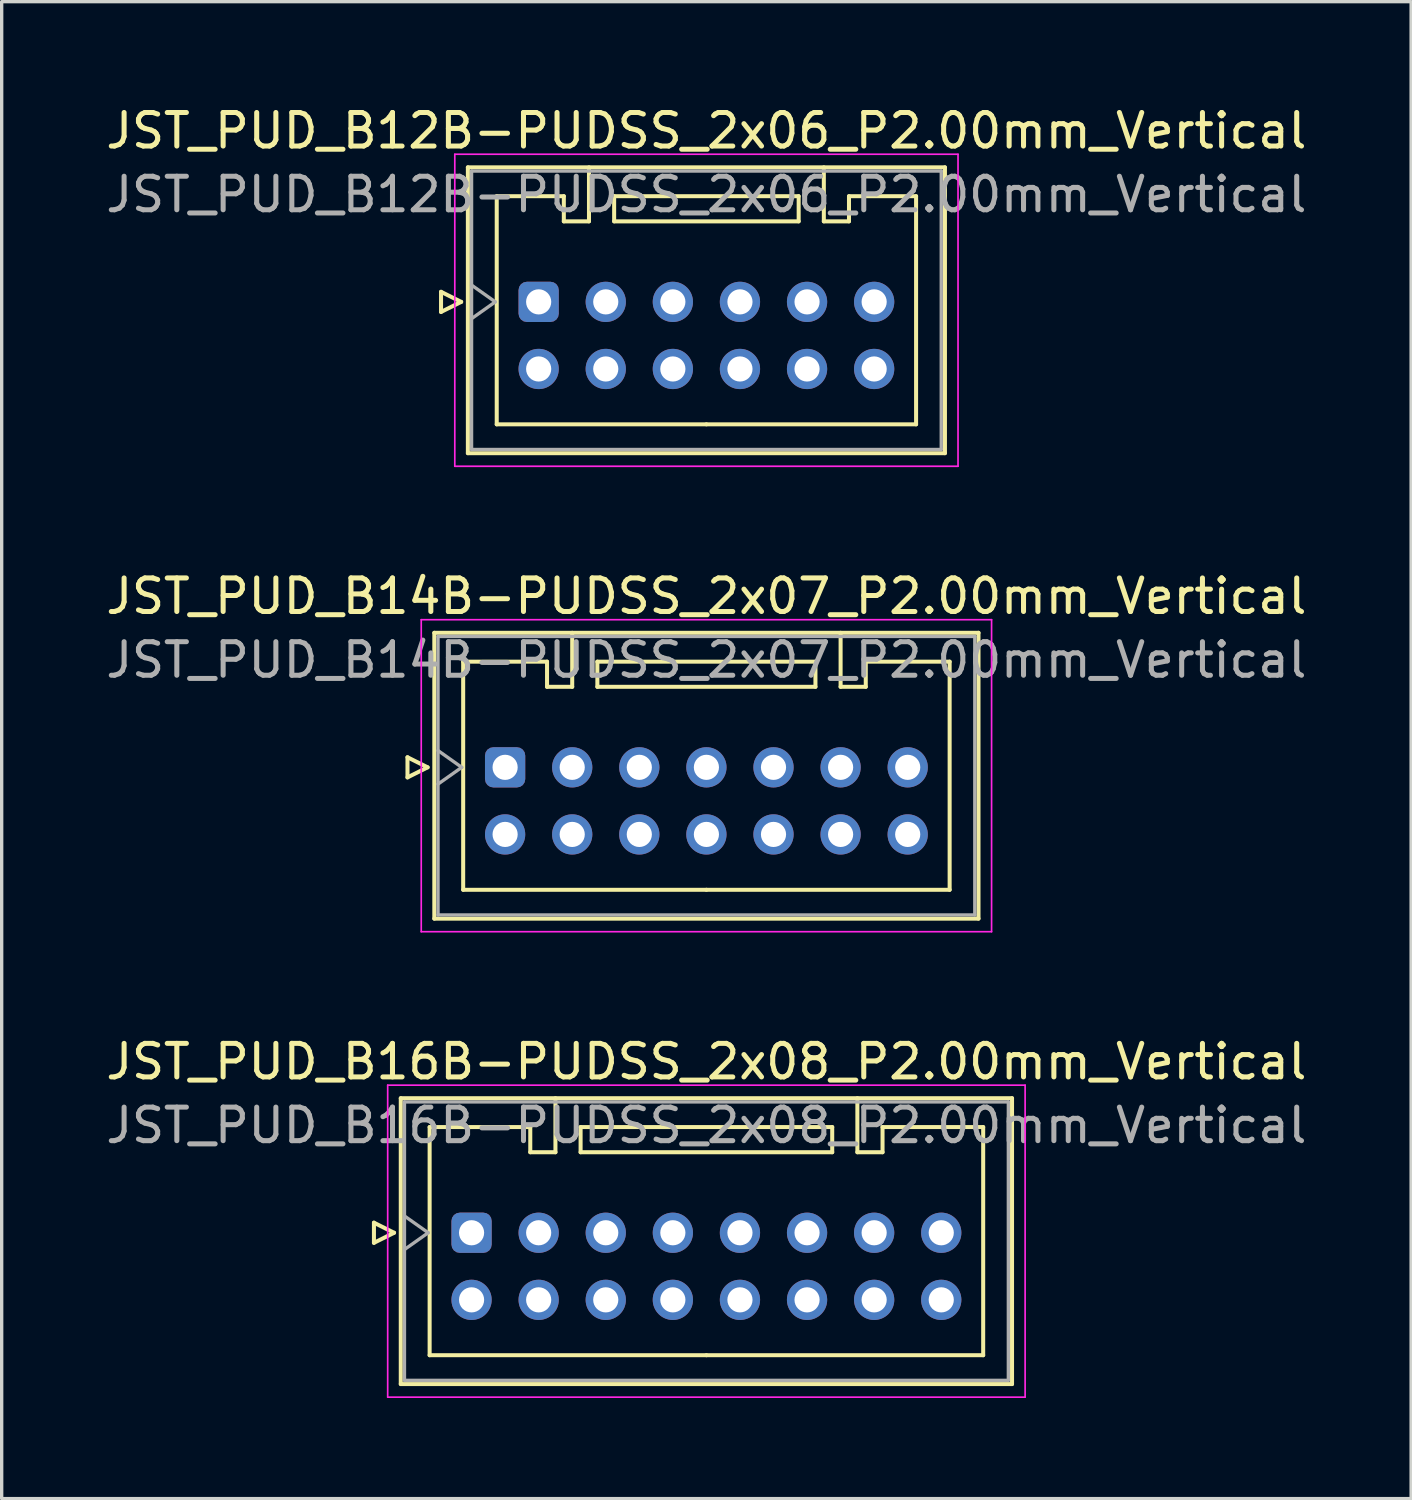
<source format=kicad_pcb>
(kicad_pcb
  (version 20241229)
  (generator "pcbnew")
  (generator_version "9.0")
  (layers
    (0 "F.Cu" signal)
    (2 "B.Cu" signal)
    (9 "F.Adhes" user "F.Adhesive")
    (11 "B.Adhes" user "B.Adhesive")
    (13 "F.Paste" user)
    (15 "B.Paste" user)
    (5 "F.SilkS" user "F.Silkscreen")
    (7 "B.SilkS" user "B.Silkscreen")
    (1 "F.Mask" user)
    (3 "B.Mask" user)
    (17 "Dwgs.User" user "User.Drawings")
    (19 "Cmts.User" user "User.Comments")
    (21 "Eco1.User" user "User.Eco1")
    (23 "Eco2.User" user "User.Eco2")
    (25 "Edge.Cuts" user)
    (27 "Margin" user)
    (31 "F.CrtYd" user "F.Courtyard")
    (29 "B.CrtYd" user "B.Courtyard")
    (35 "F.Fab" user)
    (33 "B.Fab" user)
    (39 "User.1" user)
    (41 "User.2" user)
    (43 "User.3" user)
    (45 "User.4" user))
  (footprint "JST_PUD_B14B-PUDSS_2x07_P2.00mm_Vertical"
    (layer "F.Cu")
    (at 12.006 19.822)
    (property "Reference" "JST_PUD_B14B-PUDSS_2x07_P2.00mm_Vertical" (at 6 -5.1 0) (layer "F.SilkS") (effects (font (size 1 1) (thickness 0.15))))
    (attr through_hole)
    (fp_line (start -2.91 -0.3) (end -2.31 0) (stroke (width 0.12) (type solid)) (layer "F.SilkS"))
    (fp_line (start -2.91 0.3) (end -2.91 -0.3) (stroke (width 0.12) (type solid)) (layer "F.SilkS"))
    (fp_line (start -2.31 0) (end -2.91 0.3) (stroke (width 0.12) (type solid)) (layer "F.SilkS"))
    (fp_line (start -2.11 -4.01) (end -2.11 4.51) (stroke (width 0.12) (type solid)) (layer "F.SilkS"))
    (fp_line (start -2.11 4.51) (end 14.11 4.51) (stroke (width 0.12) (type solid)) (layer "F.SilkS"))
    (fp_line (start -1.25 -3.15) (end -1.25 3.65) (stroke (width 0.12) (type solid)) (layer "F.SilkS"))
    (fp_line (start -1.25 3.65) (end 6 3.65) (stroke (width 0.12) (type solid)) (layer "F.SilkS"))
    (fp_line (start 1.25 -3.15) (end -1.25 -3.15) (stroke (width 0.12) (type solid)) (layer "F.SilkS"))
    (fp_line (start 1.25 -2.4) (end 1.25 -3.15) (stroke (width 0.12) (type solid)) (layer "F.SilkS"))
    (fp_line (start 2 -4.01) (end 2 -2.4) (stroke (width 0.12) (type solid)) (layer "F.SilkS"))
    (fp_line (start 2 -2.4) (end 1.25 -2.4) (stroke (width 0.12) (type solid)) (layer "F.SilkS"))
    (fp_line (start 2.75 -3.15) (end 2.75 -2.4) (stroke (width 0.12) (type solid)) (layer "F.SilkS"))
    (fp_line (start 2.75 -2.4) (end 9.25 -2.4) (stroke (width 0.12) (type solid)) (layer "F.SilkS"))
    (fp_line (start 9.25 -3.15) (end 2.75 -3.15) (stroke (width 0.12) (type solid)) (layer "F.SilkS"))
    (fp_line (start 9.25 -2.4) (end 9.25 -3.15) (stroke (width 0.12) (type solid)) (layer "F.SilkS"))
    (fp_line (start 10 -4.01) (end 10 -2.4) (stroke (width 0.12) (type solid)) (layer "F.SilkS"))
    (fp_line (start 10 -2.4) (end 10.75 -2.4) (stroke (width 0.12) (type solid)) (layer "F.SilkS"))
    (fp_line (start 10.75 -3.15) (end 13.25 -3.15) (stroke (width 0.12) (type solid)) (layer "F.SilkS"))
    (fp_line (start 10.75 -2.4) (end 10.75 -3.15) (stroke (width 0.12) (type solid)) (layer "F.SilkS"))
    (fp_line (start 13.25 -3.15) (end 13.25 3.65) (stroke (width 0.12) (type solid)) (layer "F.SilkS"))
    (fp_line (start 13.25 3.65) (end 6 3.65) (stroke (width 0.12) (type solid)) (layer "F.SilkS"))
    (fp_line (start 14.11 -4.01) (end -2.11 -4.01) (stroke (width 0.12) (type solid)) (layer "F.SilkS"))
    (fp_line (start 14.11 4.51) (end 14.11 -4.01) (stroke (width 0.12) (type solid)) (layer "F.SilkS"))
    (fp_line (start -2.5 -4.4) (end -2.5 4.9) (stroke (width 0.05) (type solid)) (layer "F.CrtYd"))
    (fp_line (start -2.5 4.9) (end 14.5 4.9) (stroke (width 0.05) (type solid)) (layer "F.CrtYd"))
    (fp_line (start 14.5 -4.4) (end -2.5 -4.4) (stroke (width 0.05) (type solid)) (layer "F.CrtYd"))
    (fp_line (start 14.5 4.9) (end 14.5 -4.4) (stroke (width 0.05) (type solid)) (layer "F.CrtYd"))
    (fp_line (start -2 -3.9) (end -2 4.4) (stroke (width 0.1) (type solid)) (layer "F.Fab"))
    (fp_line (start -2 0.5) (end -1.293 0) (stroke (width 0.1) (type solid)) (layer "F.Fab"))
    (fp_line (start -2 4.4) (end 14 4.4) (stroke (width 0.1) (type solid)) (layer "F.Fab"))
    (fp_line (start -1.293 0) (end -2 -0.5) (stroke (width 0.1) (type solid)) (layer "F.Fab"))
    (fp_line (start 14 -3.9) (end -2 -3.9) (stroke (width 0.1) (type solid)) (layer "F.Fab"))
    (fp_line (start 14 4.4) (end 14 -3.9) (stroke (width 0.1) (type solid)) (layer "F.Fab"))
    (fp_text user "${REFERENCE}" (at 6 -3.2 0) (layer "F.Fab") (effects (font (size 1 1) (thickness 0.15))))
    (pad "1" thru_hole roundrect (at 0 0) (size 1.2 1.2) (drill 0.75) (layers "*.Cu" "*.Mask") (roundrect_rratio 0.208))
    (pad "2" thru_hole circle (at 0 2) (size 1.2 1.2) (drill 0.75) (layers "*.Cu" "*.Mask"))
    (pad "3" thru_hole circle (at 2 0) (size 1.2 1.2) (drill 0.75) (layers "*.Cu" "*.Mask"))
    (pad "4" thru_hole circle (at 2 2) (size 1.2 1.2) (drill 0.75) (layers "*.Cu" "*.Mask"))
    (pad "5" thru_hole circle (at 4 0) (size 1.2 1.2) (drill 0.75) (layers "*.Cu" "*.Mask"))
    (pad "6" thru_hole circle (at 4 2) (size 1.2 1.2) (drill 0.75) (layers "*.Cu" "*.Mask"))
    (pad "7" thru_hole circle (at 6 0) (size 1.2 1.2) (drill 0.75) (layers "*.Cu" "*.Mask"))
    (pad "8" thru_hole circle (at 6 2) (size 1.2 1.2) (drill 0.75) (layers "*.Cu" "*.Mask"))
    (pad "9" thru_hole circle (at 8 0) (size 1.2 1.2) (drill 0.75) (layers "*.Cu" "*.Mask"))
    (pad "10" thru_hole circle (at 8 2) (size 1.2 1.2) (drill 0.75) (layers "*.Cu" "*.Mask"))
    (pad "11" thru_hole circle (at 10 0) (size 1.2 1.2) (drill 0.75) (layers "*.Cu" "*.Mask"))
    (pad "12" thru_hole circle (at 10 2) (size 1.2 1.2) (drill 0.75) (layers "*.Cu" "*.Mask"))
    (pad "13" thru_hole circle (at 12 0) (size 1.2 1.2) (drill 0.75) (layers "*.Cu" "*.Mask"))
    (pad "14" thru_hole circle (at 12 2) (size 1.2 1.2) (drill 0.75) (layers "*.Cu" "*.Mask")))
  (footprint "JST_PUD_B16B-PUDSS_2x08_P2.00mm_Vertical"
    (layer "F.Cu")
    (at 11.006 33.695)
    (property "Reference" "JST_PUD_B16B-PUDSS_2x08_P2.00mm_Vertical" (at 7 -5.1 0) (layer "F.SilkS") (effects (font (size 1 1) (thickness 0.15))))
    (attr through_hole)
    (fp_line (start -2.91 -0.3) (end -2.31 0) (stroke (width 0.12) (type solid)) (layer "F.SilkS"))
    (fp_line (start -2.91 0.3) (end -2.91 -0.3) (stroke (width 0.12) (type solid)) (layer "F.SilkS"))
    (fp_line (start -2.31 0) (end -2.91 0.3) (stroke (width 0.12) (type solid)) (layer "F.SilkS"))
    (fp_line (start -2.11 -4.01) (end -2.11 4.51) (stroke (width 0.12) (type solid)) (layer "F.SilkS"))
    (fp_line (start -2.11 4.51) (end 16.11 4.51) (stroke (width 0.12) (type solid)) (layer "F.SilkS"))
    (fp_line (start -1.25 -3.15) (end -1.25 3.65) (stroke (width 0.12) (type solid)) (layer "F.SilkS"))
    (fp_line (start -1.25 3.65) (end 7 3.65) (stroke (width 0.12) (type solid)) (layer "F.SilkS"))
    (fp_line (start 1.75 -3.15) (end -1.25 -3.15) (stroke (width 0.12) (type solid)) (layer "F.SilkS"))
    (fp_line (start 1.75 -2.4) (end 1.75 -3.15) (stroke (width 0.12) (type solid)) (layer "F.SilkS"))
    (fp_line (start 2.5 -4.01) (end 2.5 -2.4) (stroke (width 0.12) (type solid)) (layer "F.SilkS"))
    (fp_line (start 2.5 -2.4) (end 1.75 -2.4) (stroke (width 0.12) (type solid)) (layer "F.SilkS"))
    (fp_line (start 3.25 -3.15) (end 3.25 -2.4) (stroke (width 0.12) (type solid)) (layer "F.SilkS"))
    (fp_line (start 3.25 -2.4) (end 10.75 -2.4) (stroke (width 0.12) (type solid)) (layer "F.SilkS"))
    (fp_line (start 10.75 -3.15) (end 3.25 -3.15) (stroke (width 0.12) (type solid)) (layer "F.SilkS"))
    (fp_line (start 10.75 -2.4) (end 10.75 -3.15) (stroke (width 0.12) (type solid)) (layer "F.SilkS"))
    (fp_line (start 11.5 -4.01) (end 11.5 -2.4) (stroke (width 0.12) (type solid)) (layer "F.SilkS"))
    (fp_line (start 11.5 -2.4) (end 12.25 -2.4) (stroke (width 0.12) (type solid)) (layer "F.SilkS"))
    (fp_line (start 12.25 -3.15) (end 15.25 -3.15) (stroke (width 0.12) (type solid)) (layer "F.SilkS"))
    (fp_line (start 12.25 -2.4) (end 12.25 -3.15) (stroke (width 0.12) (type solid)) (layer "F.SilkS"))
    (fp_line (start 15.25 -3.15) (end 15.25 3.65) (stroke (width 0.12) (type solid)) (layer "F.SilkS"))
    (fp_line (start 15.25 3.65) (end 7 3.65) (stroke (width 0.12) (type solid)) (layer "F.SilkS"))
    (fp_line (start 16.11 -4.01) (end -2.11 -4.01) (stroke (width 0.12) (type solid)) (layer "F.SilkS"))
    (fp_line (start 16.11 4.51) (end 16.11 -4.01) (stroke (width 0.12) (type solid)) (layer "F.SilkS"))
    (fp_line (start -2.5 -4.4) (end -2.5 4.9) (stroke (width 0.05) (type solid)) (layer "F.CrtYd"))
    (fp_line (start -2.5 4.9) (end 16.5 4.9) (stroke (width 0.05) (type solid)) (layer "F.CrtYd"))
    (fp_line (start 16.5 -4.4) (end -2.5 -4.4) (stroke (width 0.05) (type solid)) (layer "F.CrtYd"))
    (fp_line (start 16.5 4.9) (end 16.5 -4.4) (stroke (width 0.05) (type solid)) (layer "F.CrtYd"))
    (fp_line (start -2 -3.9) (end -2 4.4) (stroke (width 0.1) (type solid)) (layer "F.Fab"))
    (fp_line (start -2 0.5) (end -1.293 0) (stroke (width 0.1) (type solid)) (layer "F.Fab"))
    (fp_line (start -2 4.4) (end 16 4.4) (stroke (width 0.1) (type solid)) (layer "F.Fab"))
    (fp_line (start -1.293 0) (end -2 -0.5) (stroke (width 0.1) (type solid)) (layer "F.Fab"))
    (fp_line (start 16 -3.9) (end -2 -3.9) (stroke (width 0.1) (type solid)) (layer "F.Fab"))
    (fp_line (start 16 4.4) (end 16 -3.9) (stroke (width 0.1) (type solid)) (layer "F.Fab"))
    (fp_text user "${REFERENCE}" (at 7 -3.2 0) (layer "F.Fab") (effects (font (size 1 1) (thickness 0.15))))
    (pad "1" thru_hole roundrect (at 0 0) (size 1.2 1.2) (drill 0.75) (layers "*.Cu" "*.Mask") (roundrect_rratio 0.208))
    (pad "2" thru_hole circle (at 0 2) (size 1.2 1.2) (drill 0.75) (layers "*.Cu" "*.Mask"))
    (pad "3" thru_hole circle (at 2 0) (size 1.2 1.2) (drill 0.75) (layers "*.Cu" "*.Mask"))
    (pad "4" thru_hole circle (at 2 2) (size 1.2 1.2) (drill 0.75) (layers "*.Cu" "*.Mask"))
    (pad "5" thru_hole circle (at 4 0) (size 1.2 1.2) (drill 0.75) (layers "*.Cu" "*.Mask"))
    (pad "6" thru_hole circle (at 4 2) (size 1.2 1.2) (drill 0.75) (layers "*.Cu" "*.Mask"))
    (pad "7" thru_hole circle (at 6 0) (size 1.2 1.2) (drill 0.75) (layers "*.Cu" "*.Mask"))
    (pad "8" thru_hole circle (at 6 2) (size 1.2 1.2) (drill 0.75) (layers "*.Cu" "*.Mask"))
    (pad "9" thru_hole circle (at 8 0) (size 1.2 1.2) (drill 0.75) (layers "*.Cu" "*.Mask"))
    (pad "10" thru_hole circle (at 8 2) (size 1.2 1.2) (drill 0.75) (layers "*.Cu" "*.Mask"))
    (pad "11" thru_hole circle (at 10 0) (size 1.2 1.2) (drill 0.75) (layers "*.Cu" "*.Mask"))
    (pad "12" thru_hole circle (at 10 2) (size 1.2 1.2) (drill 0.75) (layers "*.Cu" "*.Mask"))
    (pad "13" thru_hole circle (at 12 0) (size 1.2 1.2) (drill 0.75) (layers "*.Cu" "*.Mask"))
    (pad "14" thru_hole circle (at 12 2) (size 1.2 1.2) (drill 0.75) (layers "*.Cu" "*.Mask"))
    (pad "15" thru_hole circle (at 14 0) (size 1.2 1.2) (drill 0.75) (layers "*.Cu" "*.Mask"))
    (pad "16" thru_hole circle (at 14 2) (size 1.2 1.2) (drill 0.75) (layers "*.Cu" "*.Mask")))
  (footprint "JST_PUD_B12B-PUDSS_2x06_P2.00mm_Vertical"
    (layer "F.Cu")
    (at 13.006 5.948)
    (property "Reference" "JST_PUD_B12B-PUDSS_2x06_P2.00mm_Vertical" (at 5 -5.1 0) (layer "F.SilkS") (effects (font (size 1 1) (thickness 0.15))))
    (attr through_hole)
    (fp_line (start -2.91 -0.3) (end -2.31 0) (stroke (width 0.12) (type solid)) (layer "F.SilkS"))
    (fp_line (start -2.91 0.3) (end -2.91 -0.3) (stroke (width 0.12) (type solid)) (layer "F.SilkS"))
    (fp_line (start -2.31 0) (end -2.91 0.3) (stroke (width 0.12) (type solid)) (layer "F.SilkS"))
    (fp_line (start -2.11 -4.01) (end -2.11 4.51) (stroke (width 0.12) (type solid)) (layer "F.SilkS"))
    (fp_line (start -2.11 4.51) (end 12.11 4.51) (stroke (width 0.12) (type solid)) (layer "F.SilkS"))
    (fp_line (start -1.25 -3.15) (end -1.25 3.65) (stroke (width 0.12) (type solid)) (layer "F.SilkS"))
    (fp_line (start -1.25 3.65) (end 5 3.65) (stroke (width 0.12) (type solid)) (layer "F.SilkS"))
    (fp_line (start 0.75 -3.15) (end -1.25 -3.15) (stroke (width 0.12) (type solid)) (layer "F.SilkS"))
    (fp_line (start 0.75 -2.4) (end 0.75 -3.15) (stroke (width 0.12) (type solid)) (layer "F.SilkS"))
    (fp_line (start 1.5 -4.01) (end 1.5 -2.4) (stroke (width 0.12) (type solid)) (layer "F.SilkS"))
    (fp_line (start 1.5 -2.4) (end 0.75 -2.4) (stroke (width 0.12) (type solid)) (layer "F.SilkS"))
    (fp_line (start 2.25 -3.15) (end 2.25 -2.4) (stroke (width 0.12) (type solid)) (layer "F.SilkS"))
    (fp_line (start 2.25 -2.4) (end 7.75 -2.4) (stroke (width 0.12) (type solid)) (layer "F.SilkS"))
    (fp_line (start 7.75 -3.15) (end 2.25 -3.15) (stroke (width 0.12) (type solid)) (layer "F.SilkS"))
    (fp_line (start 7.75 -2.4) (end 7.75 -3.15) (stroke (width 0.12) (type solid)) (layer "F.SilkS"))
    (fp_line (start 8.5 -4.01) (end 8.5 -2.4) (stroke (width 0.12) (type solid)) (layer "F.SilkS"))
    (fp_line (start 8.5 -2.4) (end 9.25 -2.4) (stroke (width 0.12) (type solid)) (layer "F.SilkS"))
    (fp_line (start 9.25 -3.15) (end 11.25 -3.15) (stroke (width 0.12) (type solid)) (layer "F.SilkS"))
    (fp_line (start 9.25 -2.4) (end 9.25 -3.15) (stroke (width 0.12) (type solid)) (layer "F.SilkS"))
    (fp_line (start 11.25 -3.15) (end 11.25 3.65) (stroke (width 0.12) (type solid)) (layer "F.SilkS"))
    (fp_line (start 11.25 3.65) (end 5 3.65) (stroke (width 0.12) (type solid)) (layer "F.SilkS"))
    (fp_line (start 12.11 -4.01) (end -2.11 -4.01) (stroke (width 0.12) (type solid)) (layer "F.SilkS"))
    (fp_line (start 12.11 4.51) (end 12.11 -4.01) (stroke (width 0.12) (type solid)) (layer "F.SilkS"))
    (fp_line (start -2.5 -4.4) (end -2.5 4.9) (stroke (width 0.05) (type solid)) (layer "F.CrtYd"))
    (fp_line (start -2.5 4.9) (end 12.5 4.9) (stroke (width 0.05) (type solid)) (layer "F.CrtYd"))
    (fp_line (start 12.5 -4.4) (end -2.5 -4.4) (stroke (width 0.05) (type solid)) (layer "F.CrtYd"))
    (fp_line (start 12.5 4.9) (end 12.5 -4.4) (stroke (width 0.05) (type solid)) (layer "F.CrtYd"))
    (fp_line (start -2 -3.9) (end -2 4.4) (stroke (width 0.1) (type solid)) (layer "F.Fab"))
    (fp_line (start -2 0.5) (end -1.293 0) (stroke (width 0.1) (type solid)) (layer "F.Fab"))
    (fp_line (start -2 4.4) (end 12 4.4) (stroke (width 0.1) (type solid)) (layer "F.Fab"))
    (fp_line (start -1.293 0) (end -2 -0.5) (stroke (width 0.1) (type solid)) (layer "F.Fab"))
    (fp_line (start 12 -3.9) (end -2 -3.9) (stroke (width 0.1) (type solid)) (layer "F.Fab"))
    (fp_line (start 12 4.4) (end 12 -3.9) (stroke (width 0.1) (type solid)) (layer "F.Fab"))
    (fp_text user "${REFERENCE}" (at 5 -3.2 0) (layer "F.Fab") (effects (font (size 1 1) (thickness 0.15))))
    (pad "1" thru_hole roundrect (at 0 0) (size 1.2 1.2) (drill 0.75) (layers "*.Cu" "*.Mask") (roundrect_rratio 0.208))
    (pad "2" thru_hole circle (at 0 2) (size 1.2 1.2) (drill 0.75) (layers "*.Cu" "*.Mask"))
    (pad "3" thru_hole circle (at 2 0) (size 1.2 1.2) (drill 0.75) (layers "*.Cu" "*.Mask"))
    (pad "4" thru_hole circle (at 2 2) (size 1.2 1.2) (drill 0.75) (layers "*.Cu" "*.Mask"))
    (pad "5" thru_hole circle (at 4 0) (size 1.2 1.2) (drill 0.75) (layers "*.Cu" "*.Mask"))
    (pad "6" thru_hole circle (at 4 2) (size 1.2 1.2) (drill 0.75) (layers "*.Cu" "*.Mask"))
    (pad "7" thru_hole circle (at 6 0) (size 1.2 1.2) (drill 0.75) (layers "*.Cu" "*.Mask"))
    (pad "8" thru_hole circle (at 6 2) (size 1.2 1.2) (drill 0.75) (layers "*.Cu" "*.Mask"))
    (pad "9" thru_hole circle (at 8 0) (size 1.2 1.2) (drill 0.75) (layers "*.Cu" "*.Mask"))
    (pad "10" thru_hole circle (at 8 2) (size 1.2 1.2) (drill 0.75) (layers "*.Cu" "*.Mask"))
    (pad "11" thru_hole circle (at 10 0) (size 1.2 1.2) (drill 0.75) (layers "*.Cu" "*.Mask"))
    (pad "12" thru_hole circle (at 10 2) (size 1.2 1.2) (drill 0.75) (layers "*.Cu" "*.Mask")))
  (gr_rect
    (start -3 -3)
    (end 39.012 41.62)
    (stroke (width 0.1) (type default))
    (fill no)
    (layer "Edge.Cuts")))
</source>
